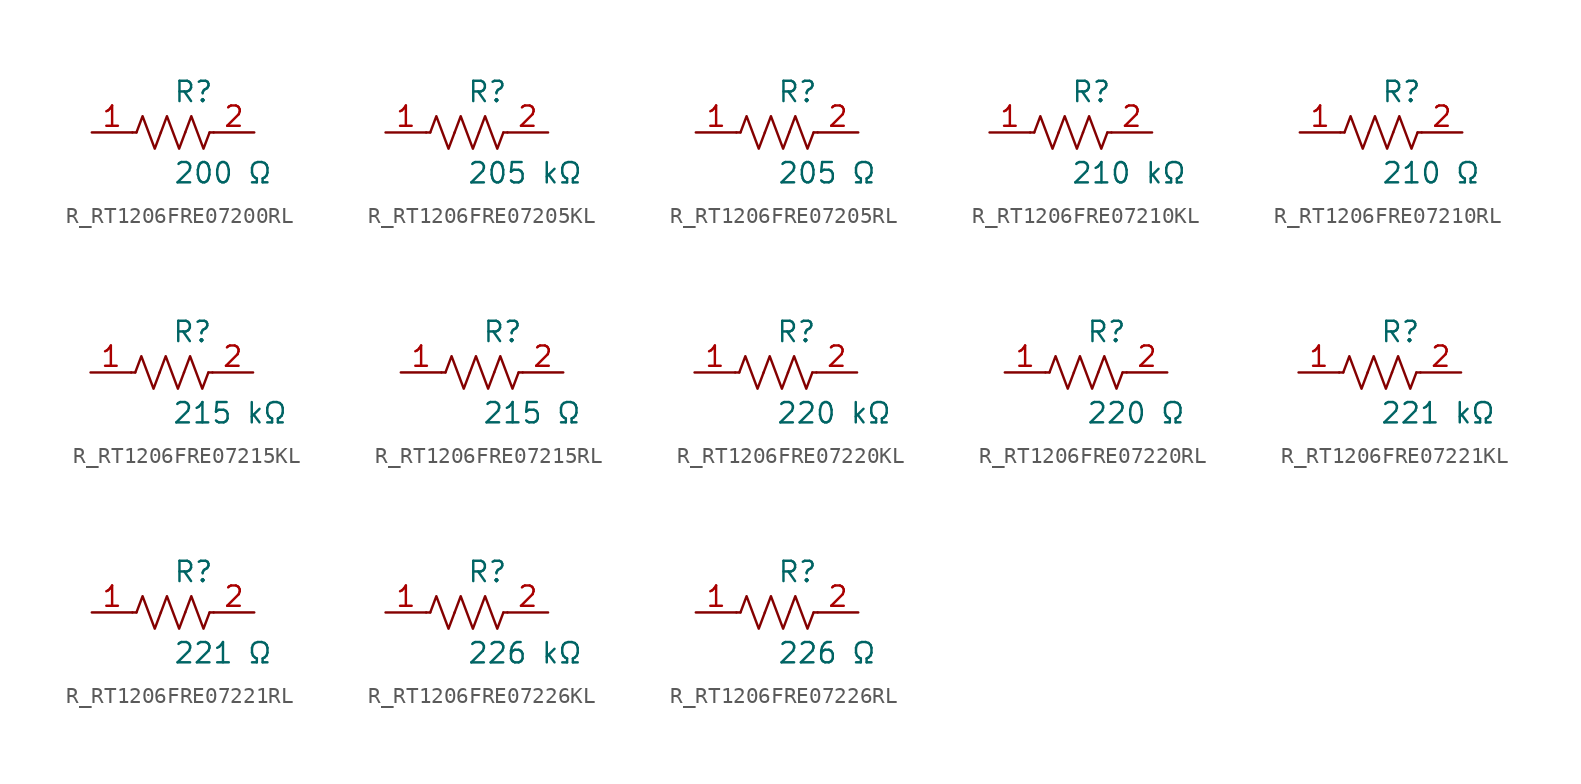
<source format=kicad_sym>
(kicad_symbol_lib
  (version 20231120)
  (generator kicad_symbol_editor)
  (generator_version 8.0)
  (symbol "R_RT1206FRE07200RL"
    (pin_names
      (offset 0.254))
    (property "Reference" "R"
      (at 0 2.54 0)
      (effects (font (size 1.27 1.27)) (justify left)))
    (property "Value" "200 Ω"
      (at 0 -2.54 0)
      (effects (font (size 1.27 1.27)) (justify left)))
    (symbol "R_RT1206FRE07200RL_0_1"
      (polyline (pts (xy 2.286 0) (xy 2.54 0)) (stroke (width 0) (type default)) (fill (type none)))
      (polyline (pts (xy -2.286 0) (xy -2.54 0)) (stroke (width 0) (type default)) (fill (type none)))
      (polyline (pts (xy 0.762 0) (xy 1.143 1.016) (xy 1.524 0) (xy 1.905 -1.016) (xy 2.286 0)) (stroke (width 0) (type default)) (fill (type none)))
      (polyline (pts (xy -0.762 0) (xy -0.381 1.016) (xy 0 0) (xy 0.381 -1.016) (xy 0.762 0)) (stroke (width 0) (type default)) (fill (type none)))
      (polyline (pts (xy -2.286 0) (xy -1.905 1.016) (xy -1.524 0) (xy -1.143 -1.016) (xy -0.762 0)) (stroke (width 0) (type default)) (fill (type none))))
    (pin unspecified line
      (at -5.08 0 0)
      (length 2.54)
      (name "" (effects (font (size 1.27 1.27))))
      (number "1" (effects (font (size 1.27 1.27)))))
    (pin unspecified line
      (at 5.08 0 180)
      (length 2.54)
      (name "" (effects (font (size 1.27 1.27))))
      (number "2" (effects (font (size 1.27 1.27))))))
  (symbol "R_RT1206FRE07205KL"
    (pin_names
      (offset 0.254))
    (property "Reference" "R"
      (at 0 2.54 0)
      (effects (font (size 1.27 1.27)) (justify left)))
    (property "Value" "205 kΩ"
      (at 0 -2.54 0)
      (effects (font (size 1.27 1.27)) (justify left)))
    (symbol "R_RT1206FRE07205KL_0_1"
      (polyline (pts (xy 2.286 0) (xy 2.54 0)) (stroke (width 0) (type default)) (fill (type none)))
      (polyline (pts (xy -2.286 0) (xy -2.54 0)) (stroke (width 0) (type default)) (fill (type none)))
      (polyline (pts (xy 0.762 0) (xy 1.143 1.016) (xy 1.524 0) (xy 1.905 -1.016) (xy 2.286 0)) (stroke (width 0) (type default)) (fill (type none)))
      (polyline (pts (xy -0.762 0) (xy -0.381 1.016) (xy 0 0) (xy 0.381 -1.016) (xy 0.762 0)) (stroke (width 0) (type default)) (fill (type none)))
      (polyline (pts (xy -2.286 0) (xy -1.905 1.016) (xy -1.524 0) (xy -1.143 -1.016) (xy -0.762 0)) (stroke (width 0) (type default)) (fill (type none))))
    (pin unspecified line
      (at -5.08 0 0)
      (length 2.54)
      (name "" (effects (font (size 1.27 1.27))))
      (number "1" (effects (font (size 1.27 1.27)))))
    (pin unspecified line
      (at 5.08 0 180)
      (length 2.54)
      (name "" (effects (font (size 1.27 1.27))))
      (number "2" (effects (font (size 1.27 1.27))))))
  (symbol "R_RT1206FRE07205RL"
    (pin_names
      (offset 0.254))
    (property "Reference" "R"
      (at 0 2.54 0)
      (effects (font (size 1.27 1.27)) (justify left)))
    (property "Value" "205 Ω"
      (at 0 -2.54 0)
      (effects (font (size 1.27 1.27)) (justify left)))
    (symbol "R_RT1206FRE07205RL_0_1"
      (polyline (pts (xy 2.286 0) (xy 2.54 0)) (stroke (width 0) (type default)) (fill (type none)))
      (polyline (pts (xy -2.286 0) (xy -2.54 0)) (stroke (width 0) (type default)) (fill (type none)))
      (polyline (pts (xy 0.762 0) (xy 1.143 1.016) (xy 1.524 0) (xy 1.905 -1.016) (xy 2.286 0)) (stroke (width 0) (type default)) (fill (type none)))
      (polyline (pts (xy -0.762 0) (xy -0.381 1.016) (xy 0 0) (xy 0.381 -1.016) (xy 0.762 0)) (stroke (width 0) (type default)) (fill (type none)))
      (polyline (pts (xy -2.286 0) (xy -1.905 1.016) (xy -1.524 0) (xy -1.143 -1.016) (xy -0.762 0)) (stroke (width 0) (type default)) (fill (type none))))
    (pin unspecified line
      (at -5.08 0 0)
      (length 2.54)
      (name "" (effects (font (size 1.27 1.27))))
      (number "1" (effects (font (size 1.27 1.27)))))
    (pin unspecified line
      (at 5.08 0 180)
      (length 2.54)
      (name "" (effects (font (size 1.27 1.27))))
      (number "2" (effects (font (size 1.27 1.27))))))
  (symbol "R_RT1206FRE07210KL"
    (pin_names
      (offset 0.254))
    (property "Reference" "R"
      (at 0 2.54 0)
      (effects (font (size 1.27 1.27)) (justify left)))
    (property "Value" "210 kΩ"
      (at 0 -2.54 0)
      (effects (font (size 1.27 1.27)) (justify left)))
    (symbol "R_RT1206FRE07210KL_0_1"
      (polyline (pts (xy 2.286 0) (xy 2.54 0)) (stroke (width 0) (type default)) (fill (type none)))
      (polyline (pts (xy -2.286 0) (xy -2.54 0)) (stroke (width 0) (type default)) (fill (type none)))
      (polyline (pts (xy 0.762 0) (xy 1.143 1.016) (xy 1.524 0) (xy 1.905 -1.016) (xy 2.286 0)) (stroke (width 0) (type default)) (fill (type none)))
      (polyline (pts (xy -0.762 0) (xy -0.381 1.016) (xy 0 0) (xy 0.381 -1.016) (xy 0.762 0)) (stroke (width 0) (type default)) (fill (type none)))
      (polyline (pts (xy -2.286 0) (xy -1.905 1.016) (xy -1.524 0) (xy -1.143 -1.016) (xy -0.762 0)) (stroke (width 0) (type default)) (fill (type none))))
    (pin unspecified line
      (at -5.08 0 0)
      (length 2.54)
      (name "" (effects (font (size 1.27 1.27))))
      (number "1" (effects (font (size 1.27 1.27)))))
    (pin unspecified line
      (at 5.08 0 180)
      (length 2.54)
      (name "" (effects (font (size 1.27 1.27))))
      (number "2" (effects (font (size 1.27 1.27))))))
  (symbol "R_RT1206FRE07210RL"
    (pin_names
      (offset 0.254))
    (property "Reference" "R"
      (at 0 2.54 0)
      (effects (font (size 1.27 1.27)) (justify left)))
    (property "Value" "210 Ω"
      (at 0 -2.54 0)
      (effects (font (size 1.27 1.27)) (justify left)))
    (symbol "R_RT1206FRE07210RL_0_1"
      (polyline (pts (xy 2.286 0) (xy 2.54 0)) (stroke (width 0) (type default)) (fill (type none)))
      (polyline (pts (xy -2.286 0) (xy -2.54 0)) (stroke (width 0) (type default)) (fill (type none)))
      (polyline (pts (xy 0.762 0) (xy 1.143 1.016) (xy 1.524 0) (xy 1.905 -1.016) (xy 2.286 0)) (stroke (width 0) (type default)) (fill (type none)))
      (polyline (pts (xy -0.762 0) (xy -0.381 1.016) (xy 0 0) (xy 0.381 -1.016) (xy 0.762 0)) (stroke (width 0) (type default)) (fill (type none)))
      (polyline (pts (xy -2.286 0) (xy -1.905 1.016) (xy -1.524 0) (xy -1.143 -1.016) (xy -0.762 0)) (stroke (width 0) (type default)) (fill (type none))))
    (pin unspecified line
      (at -5.08 0 0)
      (length 2.54)
      (name "" (effects (font (size 1.27 1.27))))
      (number "1" (effects (font (size 1.27 1.27)))))
    (pin unspecified line
      (at 5.08 0 180)
      (length 2.54)
      (name "" (effects (font (size 1.27 1.27))))
      (number "2" (effects (font (size 1.27 1.27))))))
  (symbol "R_RT1206FRE07215KL"
    (pin_names
      (offset 0.254))
    (property "Reference" "R"
      (at 0 2.54 0)
      (effects (font (size 1.27 1.27)) (justify left)))
    (property "Value" "215 kΩ"
      (at 0 -2.54 0)
      (effects (font (size 1.27 1.27)) (justify left)))
    (symbol "R_RT1206FRE07215KL_0_1"
      (polyline (pts (xy 2.286 0) (xy 2.54 0)) (stroke (width 0) (type default)) (fill (type none)))
      (polyline (pts (xy -2.286 0) (xy -2.54 0)) (stroke (width 0) (type default)) (fill (type none)))
      (polyline (pts (xy 0.762 0) (xy 1.143 1.016) (xy 1.524 0) (xy 1.905 -1.016) (xy 2.286 0)) (stroke (width 0) (type default)) (fill (type none)))
      (polyline (pts (xy -0.762 0) (xy -0.381 1.016) (xy 0 0) (xy 0.381 -1.016) (xy 0.762 0)) (stroke (width 0) (type default)) (fill (type none)))
      (polyline (pts (xy -2.286 0) (xy -1.905 1.016) (xy -1.524 0) (xy -1.143 -1.016) (xy -0.762 0)) (stroke (width 0) (type default)) (fill (type none))))
    (pin unspecified line
      (at -5.08 0 0)
      (length 2.54)
      (name "" (effects (font (size 1.27 1.27))))
      (number "1" (effects (font (size 1.27 1.27)))))
    (pin unspecified line
      (at 5.08 0 180)
      (length 2.54)
      (name "" (effects (font (size 1.27 1.27))))
      (number "2" (effects (font (size 1.27 1.27))))))
  (symbol "R_RT1206FRE07215RL"
    (pin_names
      (offset 0.254))
    (property "Reference" "R"
      (at 0 2.54 0)
      (effects (font (size 1.27 1.27)) (justify left)))
    (property "Value" "215 Ω"
      (at 0 -2.54 0)
      (effects (font (size 1.27 1.27)) (justify left)))
    (symbol "R_RT1206FRE07215RL_0_1"
      (polyline (pts (xy 2.286 0) (xy 2.54 0)) (stroke (width 0) (type default)) (fill (type none)))
      (polyline (pts (xy -2.286 0) (xy -2.54 0)) (stroke (width 0) (type default)) (fill (type none)))
      (polyline (pts (xy 0.762 0) (xy 1.143 1.016) (xy 1.524 0) (xy 1.905 -1.016) (xy 2.286 0)) (stroke (width 0) (type default)) (fill (type none)))
      (polyline (pts (xy -0.762 0) (xy -0.381 1.016) (xy 0 0) (xy 0.381 -1.016) (xy 0.762 0)) (stroke (width 0) (type default)) (fill (type none)))
      (polyline (pts (xy -2.286 0) (xy -1.905 1.016) (xy -1.524 0) (xy -1.143 -1.016) (xy -0.762 0)) (stroke (width 0) (type default)) (fill (type none))))
    (pin unspecified line
      (at -5.08 0 0)
      (length 2.54)
      (name "" (effects (font (size 1.27 1.27))))
      (number "1" (effects (font (size 1.27 1.27)))))
    (pin unspecified line
      (at 5.08 0 180)
      (length 2.54)
      (name "" (effects (font (size 1.27 1.27))))
      (number "2" (effects (font (size 1.27 1.27))))))
  (symbol "R_RT1206FRE07220KL"
    (pin_names
      (offset 0.254))
    (property "Reference" "R"
      (at 0 2.54 0)
      (effects (font (size 1.27 1.27)) (justify left)))
    (property "Value" "220 kΩ"
      (at 0 -2.54 0)
      (effects (font (size 1.27 1.27)) (justify left)))
    (symbol "R_RT1206FRE07220KL_0_1"
      (polyline (pts (xy 2.286 0) (xy 2.54 0)) (stroke (width 0) (type default)) (fill (type none)))
      (polyline (pts (xy -2.286 0) (xy -2.54 0)) (stroke (width 0) (type default)) (fill (type none)))
      (polyline (pts (xy 0.762 0) (xy 1.143 1.016) (xy 1.524 0) (xy 1.905 -1.016) (xy 2.286 0)) (stroke (width 0) (type default)) (fill (type none)))
      (polyline (pts (xy -0.762 0) (xy -0.381 1.016) (xy 0 0) (xy 0.381 -1.016) (xy 0.762 0)) (stroke (width 0) (type default)) (fill (type none)))
      (polyline (pts (xy -2.286 0) (xy -1.905 1.016) (xy -1.524 0) (xy -1.143 -1.016) (xy -0.762 0)) (stroke (width 0) (type default)) (fill (type none))))
    (pin unspecified line
      (at -5.08 0 0)
      (length 2.54)
      (name "" (effects (font (size 1.27 1.27))))
      (number "1" (effects (font (size 1.27 1.27)))))
    (pin unspecified line
      (at 5.08 0 180)
      (length 2.54)
      (name "" (effects (font (size 1.27 1.27))))
      (number "2" (effects (font (size 1.27 1.27))))))
  (symbol "R_RT1206FRE07220RL"
    (pin_names
      (offset 0.254))
    (property "Reference" "R"
      (at 0 2.54 0)
      (effects (font (size 1.27 1.27)) (justify left)))
    (property "Value" "220 Ω"
      (at 0 -2.54 0)
      (effects (font (size 1.27 1.27)) (justify left)))
    (symbol "R_RT1206FRE07220RL_0_1"
      (polyline (pts (xy 2.286 0) (xy 2.54 0)) (stroke (width 0) (type default)) (fill (type none)))
      (polyline (pts (xy -2.286 0) (xy -2.54 0)) (stroke (width 0) (type default)) (fill (type none)))
      (polyline (pts (xy 0.762 0) (xy 1.143 1.016) (xy 1.524 0) (xy 1.905 -1.016) (xy 2.286 0)) (stroke (width 0) (type default)) (fill (type none)))
      (polyline (pts (xy -0.762 0) (xy -0.381 1.016) (xy 0 0) (xy 0.381 -1.016) (xy 0.762 0)) (stroke (width 0) (type default)) (fill (type none)))
      (polyline (pts (xy -2.286 0) (xy -1.905 1.016) (xy -1.524 0) (xy -1.143 -1.016) (xy -0.762 0)) (stroke (width 0) (type default)) (fill (type none))))
    (pin unspecified line
      (at -5.08 0 0)
      (length 2.54)
      (name "" (effects (font (size 1.27 1.27))))
      (number "1" (effects (font (size 1.27 1.27)))))
    (pin unspecified line
      (at 5.08 0 180)
      (length 2.54)
      (name "" (effects (font (size 1.27 1.27))))
      (number "2" (effects (font (size 1.27 1.27))))))
  (symbol "R_RT1206FRE07221KL"
    (pin_names
      (offset 0.254))
    (property "Reference" "R"
      (at 0 2.54 0)
      (effects (font (size 1.27 1.27)) (justify left)))
    (property "Value" "221 kΩ"
      (at 0 -2.54 0)
      (effects (font (size 1.27 1.27)) (justify left)))
    (symbol "R_RT1206FRE07221KL_0_1"
      (polyline (pts (xy 2.286 0) (xy 2.54 0)) (stroke (width 0) (type default)) (fill (type none)))
      (polyline (pts (xy -2.286 0) (xy -2.54 0)) (stroke (width 0) (type default)) (fill (type none)))
      (polyline (pts (xy 0.762 0) (xy 1.143 1.016) (xy 1.524 0) (xy 1.905 -1.016) (xy 2.286 0)) (stroke (width 0) (type default)) (fill (type none)))
      (polyline (pts (xy -0.762 0) (xy -0.381 1.016) (xy 0 0) (xy 0.381 -1.016) (xy 0.762 0)) (stroke (width 0) (type default)) (fill (type none)))
      (polyline (pts (xy -2.286 0) (xy -1.905 1.016) (xy -1.524 0) (xy -1.143 -1.016) (xy -0.762 0)) (stroke (width 0) (type default)) (fill (type none))))
    (pin unspecified line
      (at -5.08 0 0)
      (length 2.54)
      (name "" (effects (font (size 1.27 1.27))))
      (number "1" (effects (font (size 1.27 1.27)))))
    (pin unspecified line
      (at 5.08 0 180)
      (length 2.54)
      (name "" (effects (font (size 1.27 1.27))))
      (number "2" (effects (font (size 1.27 1.27))))))
  (symbol "R_RT1206FRE07221RL"
    (pin_names
      (offset 0.254))
    (property "Reference" "R"
      (at 0 2.54 0)
      (effects (font (size 1.27 1.27)) (justify left)))
    (property "Value" "221 Ω"
      (at 0 -2.54 0)
      (effects (font (size 1.27 1.27)) (justify left)))
    (symbol "R_RT1206FRE07221RL_0_1"
      (polyline (pts (xy 2.286 0) (xy 2.54 0)) (stroke (width 0) (type default)) (fill (type none)))
      (polyline (pts (xy -2.286 0) (xy -2.54 0)) (stroke (width 0) (type default)) (fill (type none)))
      (polyline (pts (xy 0.762 0) (xy 1.143 1.016) (xy 1.524 0) (xy 1.905 -1.016) (xy 2.286 0)) (stroke (width 0) (type default)) (fill (type none)))
      (polyline (pts (xy -0.762 0) (xy -0.381 1.016) (xy 0 0) (xy 0.381 -1.016) (xy 0.762 0)) (stroke (width 0) (type default)) (fill (type none)))
      (polyline (pts (xy -2.286 0) (xy -1.905 1.016) (xy -1.524 0) (xy -1.143 -1.016) (xy -0.762 0)) (stroke (width 0) (type default)) (fill (type none))))
    (pin unspecified line
      (at -5.08 0 0)
      (length 2.54)
      (name "" (effects (font (size 1.27 1.27))))
      (number "1" (effects (font (size 1.27 1.27)))))
    (pin unspecified line
      (at 5.08 0 180)
      (length 2.54)
      (name "" (effects (font (size 1.27 1.27))))
      (number "2" (effects (font (size 1.27 1.27))))))
  (symbol "R_RT1206FRE07226KL"
    (pin_names
      (offset 0.254))
    (property "Reference" "R"
      (at 0 2.54 0)
      (effects (font (size 1.27 1.27)) (justify left)))
    (property "Value" "226 kΩ"
      (at 0 -2.54 0)
      (effects (font (size 1.27 1.27)) (justify left)))
    (symbol "R_RT1206FRE07226KL_0_1"
      (polyline (pts (xy 2.286 0) (xy 2.54 0)) (stroke (width 0) (type default)) (fill (type none)))
      (polyline (pts (xy -2.286 0) (xy -2.54 0)) (stroke (width 0) (type default)) (fill (type none)))
      (polyline (pts (xy 0.762 0) (xy 1.143 1.016) (xy 1.524 0) (xy 1.905 -1.016) (xy 2.286 0)) (stroke (width 0) (type default)) (fill (type none)))
      (polyline (pts (xy -0.762 0) (xy -0.381 1.016) (xy 0 0) (xy 0.381 -1.016) (xy 0.762 0)) (stroke (width 0) (type default)) (fill (type none)))
      (polyline (pts (xy -2.286 0) (xy -1.905 1.016) (xy -1.524 0) (xy -1.143 -1.016) (xy -0.762 0)) (stroke (width 0) (type default)) (fill (type none))))
    (pin unspecified line
      (at -5.08 0 0)
      (length 2.54)
      (name "" (effects (font (size 1.27 1.27))))
      (number "1" (effects (font (size 1.27 1.27)))))
    (pin unspecified line
      (at 5.08 0 180)
      (length 2.54)
      (name "" (effects (font (size 1.27 1.27))))
      (number "2" (effects (font (size 1.27 1.27))))))
  (symbol "R_RT1206FRE07226RL"
    (pin_names
      (offset 0.254))
    (property "Reference" "R"
      (at 0 2.54 0)
      (effects (font (size 1.27 1.27)) (justify left)))
    (property "Value" "226 Ω"
      (at 0 -2.54 0)
      (effects (font (size 1.27 1.27)) (justify left)))
    (symbol "R_RT1206FRE07226RL_0_1"
      (polyline (pts (xy 2.286 0) (xy 2.54 0)) (stroke (width 0) (type default)) (fill (type none)))
      (polyline (pts (xy -2.286 0) (xy -2.54 0)) (stroke (width 0) (type default)) (fill (type none)))
      (polyline (pts (xy 0.762 0) (xy 1.143 1.016) (xy 1.524 0) (xy 1.905 -1.016) (xy 2.286 0)) (stroke (width 0) (type default)) (fill (type none)))
      (polyline (pts (xy -0.762 0) (xy -0.381 1.016) (xy 0 0) (xy 0.381 -1.016) (xy 0.762 0)) (stroke (width 0) (type default)) (fill (type none)))
      (polyline (pts (xy -2.286 0) (xy -1.905 1.016) (xy -1.524 0) (xy -1.143 -1.016) (xy -0.762 0)) (stroke (width 0) (type default)) (fill (type none))))
    (pin unspecified line
      (at -5.08 0 0)
      (length 2.54)
      (name "" (effects (font (size 1.27 1.27))))
      (number "1" (effects (font (size 1.27 1.27)))))
    (pin unspecified line
      (at 5.08 0 180)
      (length 2.54)
      (name "" (effects (font (size 1.27 1.27))))
      (number "2" (effects (font (size 1.27 1.27)))))))
</source>
